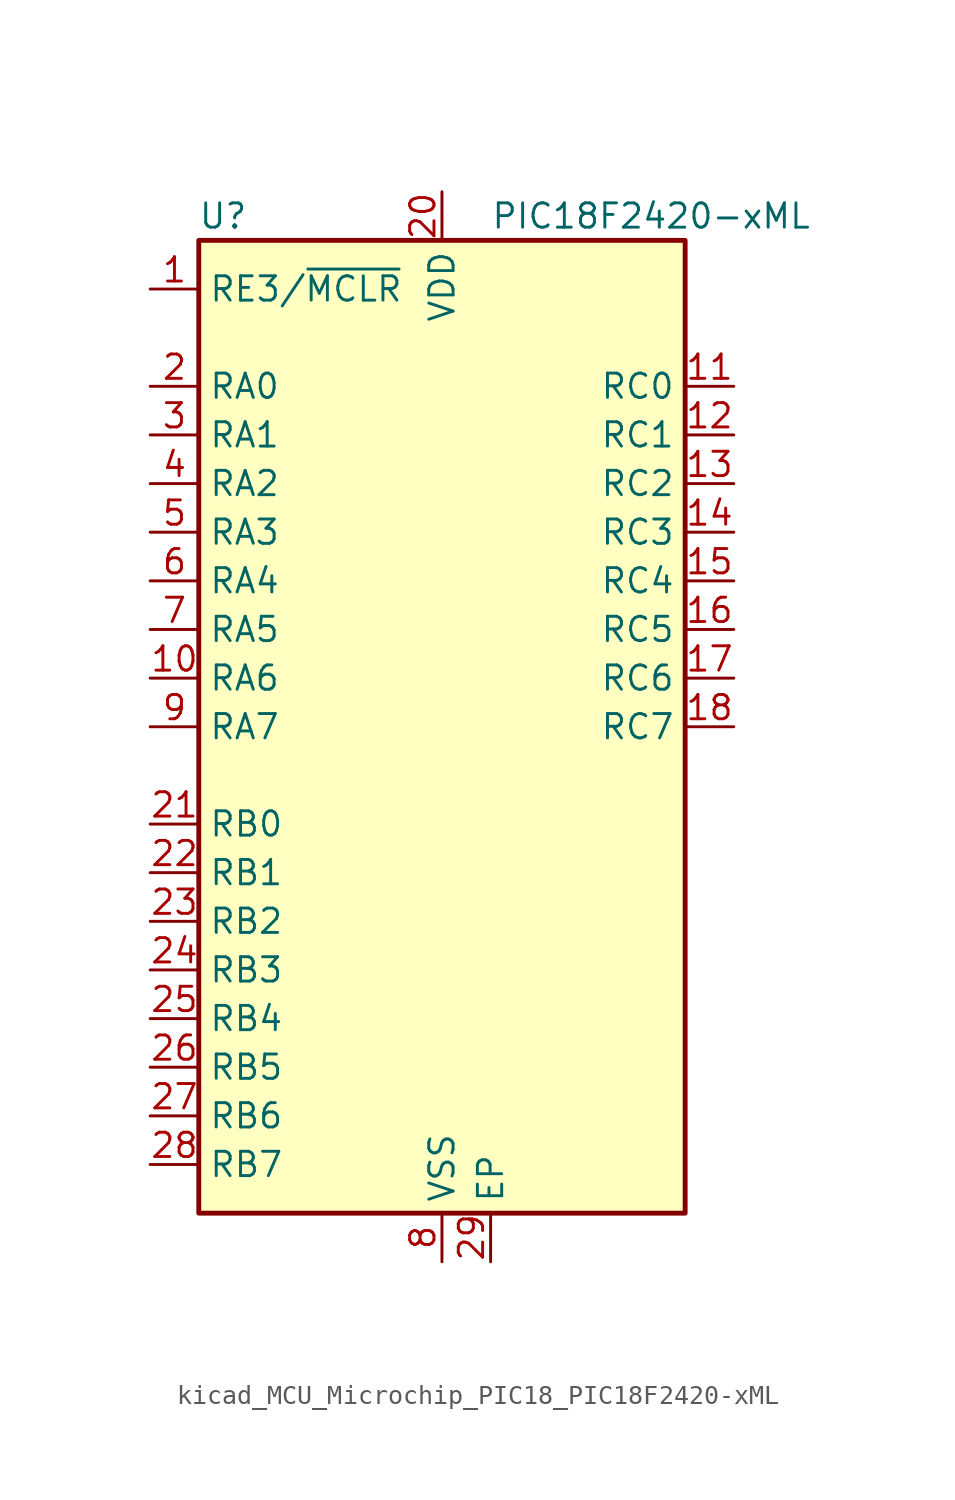
<source format=kicad_sym>
(kicad_symbol_lib
  (version 20220914)
  (generator kicad_symbol_editor)
  (symbol "kicad_MCU_Microchip_PIC18_PIC18F2420-xML"
    (property "Reference" "U"
      (at -11.43 26.67 0)
      (effects (font (size 1.27 1.27))))
    (property "Value" "PIC18F2420-xML"
      (at 2.54 26.67 0)
      (effects (font (size 1.27 1.27)) (justify left)))
    (symbol "kicad_MCU_Microchip_PIC18_PIC18F2420-xML_0_1"
      (rectangle (start -12.7 25.4) (end 12.7 -25.4) (stroke (width 0.254) (type default)) (fill (type background))))
    (symbol "kicad_MCU_Microchip_PIC18_PIC18F2420-xML_1_1"
      (pin input line (at -15.24 22.86 0) (length 2.54) (name "RE3/~{MCLR}" (effects (font (size 1.27 1.27)))) (number "1" (effects (font (size 1.27 1.27)))))
      (pin bidirectional line (at -15.24 2.54 0) (length 2.54) (name "RA6" (effects (font (size 1.27 1.27)))) (number "10" (effects (font (size 1.27 1.27)))))
      (pin bidirectional line (at 15.24 17.78 180) (length 2.54) (name "RC0" (effects (font (size 1.27 1.27)))) (number "11" (effects (font (size 1.27 1.27)))))
      (pin bidirectional line (at 15.24 15.24 180) (length 2.54) (name "RC1" (effects (font (size 1.27 1.27)))) (number "12" (effects (font (size 1.27 1.27)))))
      (pin bidirectional line (at 15.24 12.7 180) (length 2.54) (name "RC2" (effects (font (size 1.27 1.27)))) (number "13" (effects (font (size 1.27 1.27)))))
      (pin bidirectional line (at 15.24 10.16 180) (length 2.54) (name "RC3" (effects (font (size 1.27 1.27)))) (number "14" (effects (font (size 1.27 1.27)))))
      (pin bidirectional line (at 15.24 7.62 180) (length 2.54) (name "RC4" (effects (font (size 1.27 1.27)))) (number "15" (effects (font (size 1.27 1.27)))))
      (pin bidirectional line (at 15.24 5.08 180) (length 2.54) (name "RC5" (effects (font (size 1.27 1.27)))) (number "16" (effects (font (size 1.27 1.27)))))
      (pin bidirectional line (at 15.24 2.54 180) (length 2.54) (name "RC6" (effects (font (size 1.27 1.27)))) (number "17" (effects (font (size 1.27 1.27)))))
      (pin bidirectional line (at 15.24 0 180) (length 2.54) (name "RC7" (effects (font (size 1.27 1.27)))) (number "18" (effects (font (size 1.27 1.27)))))
      (pin passive line (at 0 -27.94 90) (length 2.54) hide (name "VSS" (effects (font (size 1.27 1.27)))) (number "19" (effects (font (size 1.27 1.27)))))
      (pin bidirectional line (at -15.24 17.78 0) (length 2.54) (name "RA0" (effects (font (size 1.27 1.27)))) (number "2" (effects (font (size 1.27 1.27)))))
      (pin power_in line (at 0 27.94 270) (length 2.54) (name "VDD" (effects (font (size 1.27 1.27)))) (number "20" (effects (font (size 1.27 1.27)))))
      (pin bidirectional line (at -15.24 -5.08 0) (length 2.54) (name "RB0" (effects (font (size 1.27 1.27)))) (number "21" (effects (font (size 1.27 1.27)))))
      (pin bidirectional line (at -15.24 -7.62 0) (length 2.54) (name "RB1" (effects (font (size 1.27 1.27)))) (number "22" (effects (font (size 1.27 1.27)))))
      (pin bidirectional line (at -15.24 -10.16 0) (length 2.54) (name "RB2" (effects (font (size 1.27 1.27)))) (number "23" (effects (font (size 1.27 1.27)))))
      (pin bidirectional line (at -15.24 -12.7 0) (length 2.54) (name "RB3" (effects (font (size 1.27 1.27)))) (number "24" (effects (font (size 1.27 1.27)))))
      (pin bidirectional line (at -15.24 -15.24 0) (length 2.54) (name "RB4" (effects (font (size 1.27 1.27)))) (number "25" (effects (font (size 1.27 1.27)))))
      (pin bidirectional line (at -15.24 -17.78 0) (length 2.54) (name "RB5" (effects (font (size 1.27 1.27)))) (number "26" (effects (font (size 1.27 1.27)))))
      (pin bidirectional line (at -15.24 -20.32 0) (length 2.54) (name "RB6" (effects (font (size 1.27 1.27)))) (number "27" (effects (font (size 1.27 1.27)))))
      (pin bidirectional line (at -15.24 -22.86 0) (length 2.54) (name "RB7" (effects (font (size 1.27 1.27)))) (number "28" (effects (font (size 1.27 1.27)))))
      (pin passive line (at 2.54 -27.94 90) (length 2.54) (name "EP" (effects (font (size 1.27 1.27)))) (number "29" (effects (font (size 1.27 1.27)))))
      (pin bidirectional line (at -15.24 15.24 0) (length 2.54) (name "RA1" (effects (font (size 1.27 1.27)))) (number "3" (effects (font (size 1.27 1.27)))))
      (pin bidirectional line (at -15.24 12.7 0) (length 2.54) (name "RA2" (effects (font (size 1.27 1.27)))) (number "4" (effects (font (size 1.27 1.27)))))
      (pin bidirectional line (at -15.24 10.16 0) (length 2.54) (name "RA3" (effects (font (size 1.27 1.27)))) (number "5" (effects (font (size 1.27 1.27)))))
      (pin bidirectional line (at -15.24 7.62 0) (length 2.54) (name "RA4" (effects (font (size 1.27 1.27)))) (number "6" (effects (font (size 1.27 1.27)))))
      (pin bidirectional line (at -15.24 5.08 0) (length 2.54) (name "RA5" (effects (font (size 1.27 1.27)))) (number "7" (effects (font (size 1.27 1.27)))))
      (pin power_in line (at 0 -27.94 90) (length 2.54) (name "VSS" (effects (font (size 1.27 1.27)))) (number "8" (effects (font (size 1.27 1.27)))))
      (pin bidirectional line (at -15.24 0 0) (length 2.54) (name "RA7" (effects (font (size 1.27 1.27)))) (number "9" (effects (font (size 1.27 1.27))))))))
</source>
